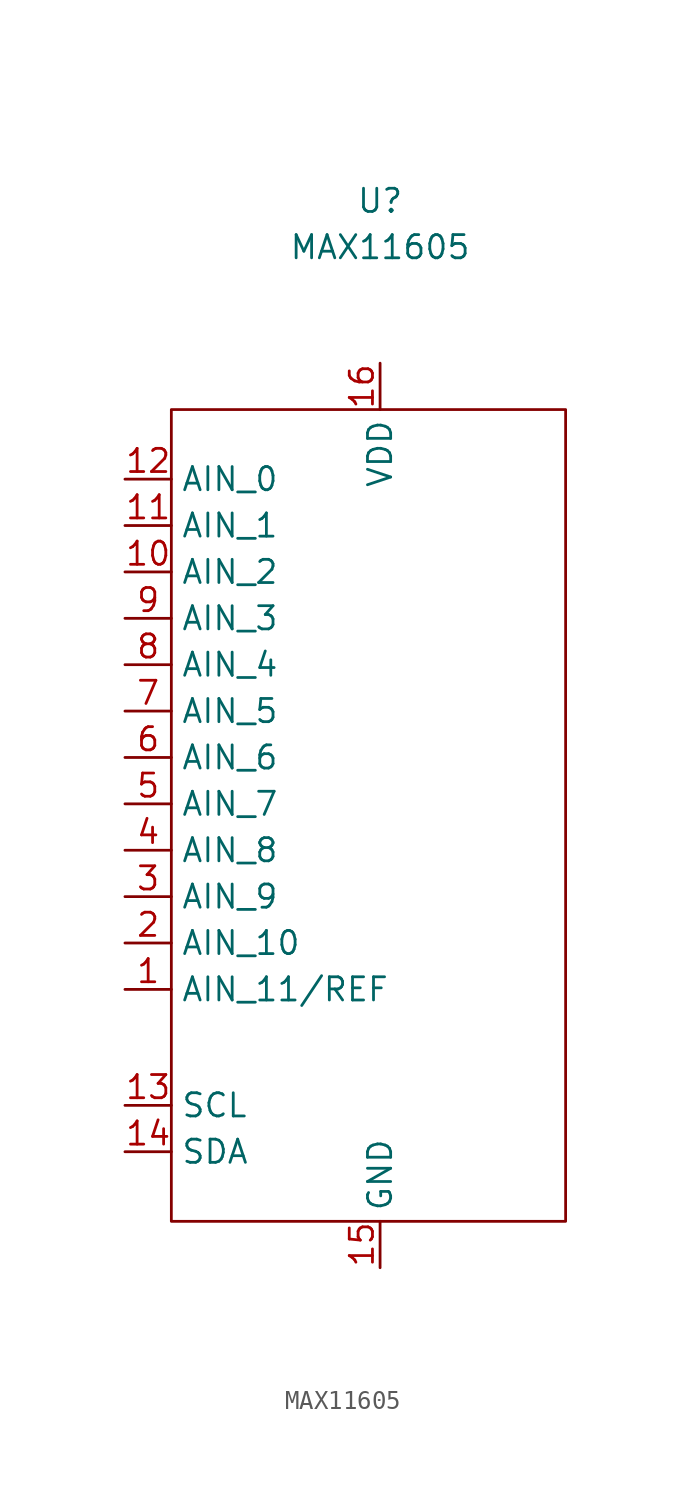
<source format=kicad_sym>
(kicad_symbol_lib
  (version 20210619)
  (generator kicad_symbol_editor)
  (symbol "MAXMS10586 QSOP:MAX11605"
    (property "Reference" "U"
      (at 0 30.48 0)
      (effects (font (size 1.27 1.27))))
    (property "Value" "MAX11605"
      (at 0 27.94 0)
      (effects (font (size 1.27 1.27))))
    (symbol "MAX11605_0_1"
      (rectangle (start -11.43 19.05) (end 10.16 -25.4) (stroke (width 0.152)) (fill (type none))))
    (symbol "MAX11605_1_1"
      (pin input line (at -13.97 -12.7 0) (length 2.54) (name "AIN_11/REF" (effects (font (size 1.27 1.27)))) (number "1" (effects (font (size 1.27 1.27)))))
      (pin input line (at -13.97 10.16 0) (length 2.54) (name "AIN_2" (effects (font (size 1.27 1.27)))) (number "10" (effects (font (size 1.27 1.27)))))
      (pin input line (at -13.97 12.7 0) (length 2.54) (name "AIN_1" (effects (font (size 1.27 1.27)))) (number "11" (effects (font (size 1.27 1.27)))))
      (pin input line (at -13.97 15.24 0) (length 2.54) (name "AIN_0" (effects (font (size 1.27 1.27)))) (number "12" (effects (font (size 1.27 1.27)))))
      (pin bidirectional line (at -13.97 -19.05 0) (length 2.54) (name "SCL" (effects (font (size 1.27 1.27)))) (number "13" (effects (font (size 1.27 1.27)))))
      (pin bidirectional line (at -13.97 -21.59 0) (length 2.54) (name "SDA" (effects (font (size 1.27 1.27)))) (number "14" (effects (font (size 1.27 1.27)))))
      (pin input line (at 0 -27.94 90) (length 2.54) (name "GND" (effects (font (size 1.27 1.27)))) (number "15" (effects (font (size 1.27 1.27)))))
      (pin input line (at 0 21.59 270) (length 2.54) (name "VDD" (effects (font (size 1.27 1.27)))) (number "16" (effects (font (size 1.27 1.27)))))
      (pin input line (at -13.97 -10.16 0) (length 2.54) (name "AIN_10" (effects (font (size 1.27 1.27)))) (number "2" (effects (font (size 1.27 1.27)))))
      (pin input line (at -13.97 -7.62 0) (length 2.54) (name "AIN_9" (effects (font (size 1.27 1.27)))) (number "3" (effects (font (size 1.27 1.27)))))
      (pin input line (at -13.97 -5.08 0) (length 2.54) (name "AIN_8" (effects (font (size 1.27 1.27)))) (number "4" (effects (font (size 1.27 1.27)))))
      (pin input line (at -13.97 -2.54 0) (length 2.54) (name "AIN_7" (effects (font (size 1.27 1.27)))) (number "5" (effects (font (size 1.27 1.27)))))
      (pin input line (at -13.97 0 0) (length 2.54) (name "AIN_6" (effects (font (size 1.27 1.27)))) (number "6" (effects (font (size 1.27 1.27)))))
      (pin input line (at -13.97 2.54 0) (length 2.54) (name "AIN_5" (effects (font (size 1.27 1.27)))) (number "7" (effects (font (size 1.27 1.27)))))
      (pin input line (at -13.97 5.08 0) (length 2.54) (name "AIN_4" (effects (font (size 1.27 1.27)))) (number "8" (effects (font (size 1.27 1.27)))))
      (pin input line (at -13.97 7.62 0) (length 2.54) (name "AIN_3" (effects (font (size 1.27 1.27)))) (number "9" (effects (font (size 1.27 1.27))))))))
</source>
